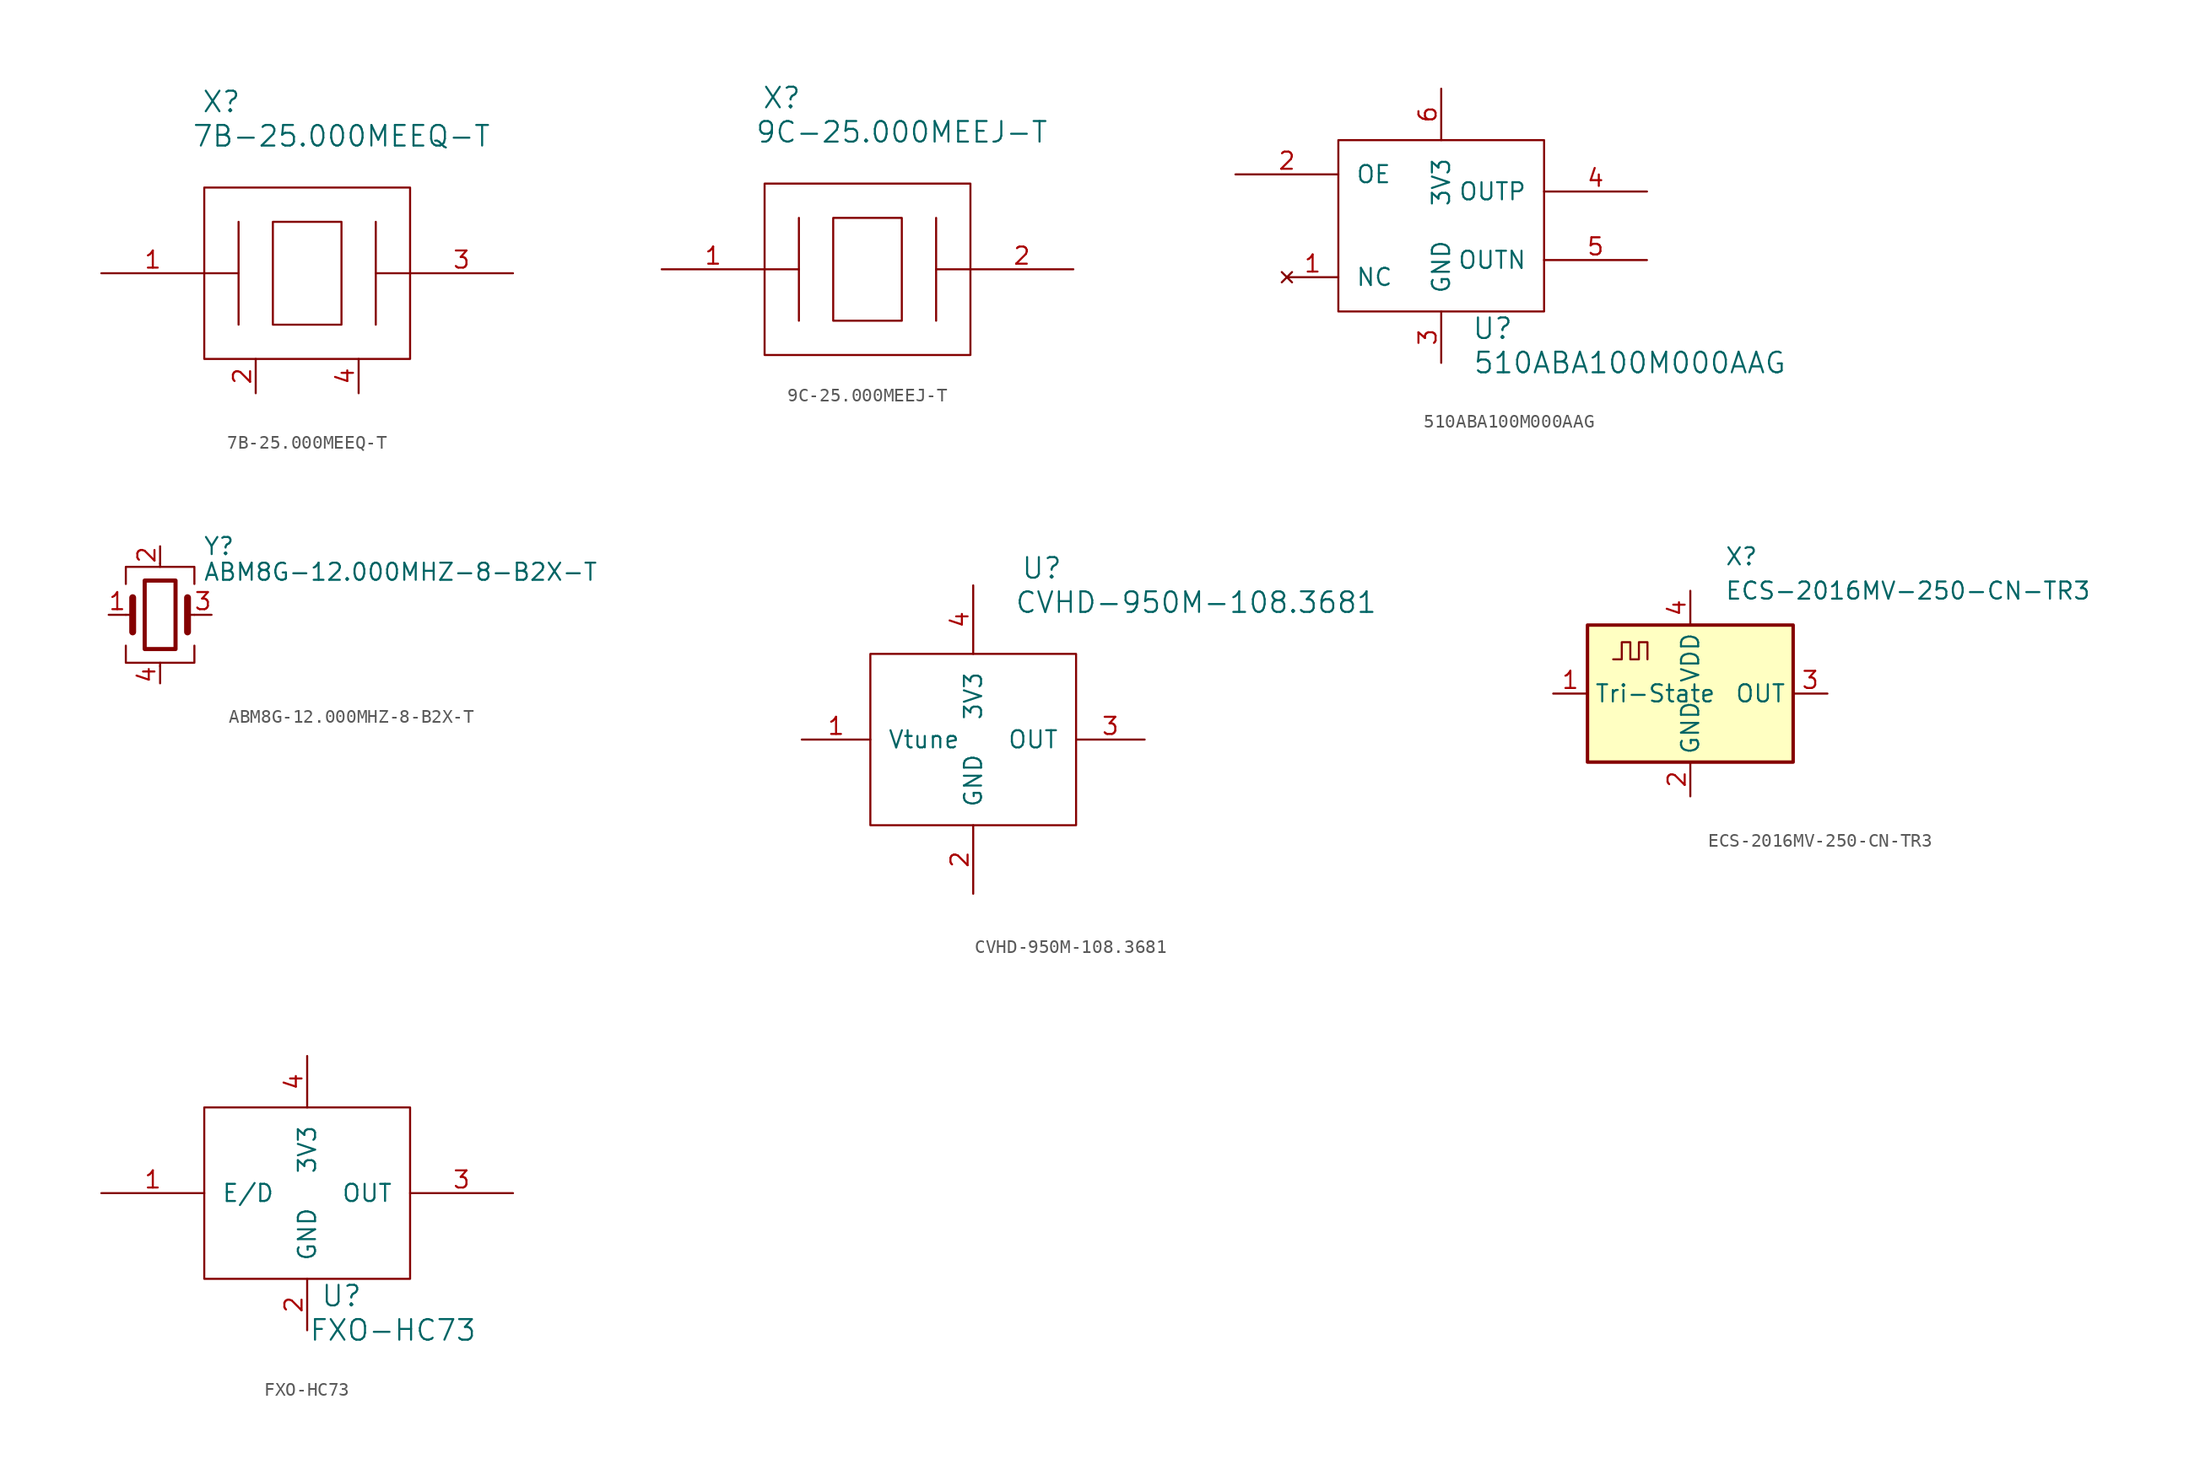
<source format=kicad_sym>
(kicad_symbol_lib
  (version 20231120)
  (generator "kicad_symbol_editor")
  (generator_version "7.99")
  (symbol "7B-25.000MEEQ-T"
    (pin_names
      (offset 1.27) hide)
    (property "Reference" "X"
      (at 8.89 12.7 0)
      (effects (font (size 1.524 1.524))))
    (property "Value" "7B-25.000MEEQ-T"
      (at 17.78 10.16 0)
      (effects (font (size 1.524 1.524))))
    (property "Datasheet" ""
      (at 0 0 0)
      (effects (font (size 1.524 1.524))))
    (symbol "7B-25.000MEEQ-T_0_1"
      (polyline (pts (xy 10.16 0) (xy 7.62 0)) (stroke (width 0) (type default)) (fill (type none)))
      (polyline (pts (xy 10.16 3.81) (xy 10.16 -3.81)) (stroke (width 0) (type default)) (fill (type none)))
      (polyline (pts (xy 20.32 3.81) (xy 20.32 -3.81)) (stroke (width 0) (type default)) (fill (type none)))
      (polyline (pts (xy 22.86 0) (xy 20.32 0)) (stroke (width 0) (type default)) (fill (type none)))
      (rectangle (start 7.62 6.35) (end 22.86 -6.35) (stroke (width 0) (type default)) (fill (type none)))
      (rectangle (start 12.7 3.81) (end 17.78 -3.81) (stroke (width 0) (type default)) (fill (type none))))
    (symbol "7B-25.000MEEQ-T_1_1"
      (pin passive line (at 0 0 0) (length 7.62) (name "XI" (effects (font (size 1.27 1.27)))) (number "1" (effects (font (size 1.27 1.27)))))
      (pin power_in line (at 11.43 -8.89 90) (length 2.54) (name "GND" (effects (font (size 1.27 1.27)))) (number "2" (effects (font (size 1.27 1.27)))))
      (pin passive line (at 30.48 0 180) (length 7.62) (name "XO" (effects (font (size 1.27 1.27)))) (number "3" (effects (font (size 1.27 1.27)))))
      (pin power_in line (at 19.05 -8.89 90) (length 2.54) (name "GND" (effects (font (size 1.27 1.27)))) (number "4" (effects (font (size 1.27 1.27)))))))
  (symbol "9C-25.000MEEJ-T"
    (pin_names
      (offset 1.27) hide)
    (property "Reference" "X"
      (at 8.89 12.7 0)
      (effects (font (size 1.524 1.524))))
    (property "Value" "9C-25.000MEEJ-T"
      (at 17.78 10.16 0)
      (effects (font (size 1.524 1.524))))
    (property "Datasheet" ""
      (at 0 0 0)
      (effects (font (size 1.524 1.524))))
    (symbol "9C-25.000MEEJ-T_0_1"
      (polyline (pts (xy 10.16 0) (xy 7.62 0)) (stroke (width 0) (type default)) (fill (type none)))
      (polyline (pts (xy 10.16 3.81) (xy 10.16 -3.81)) (stroke (width 0) (type default)) (fill (type none)))
      (polyline (pts (xy 20.32 3.81) (xy 20.32 -3.81)) (stroke (width 0) (type default)) (fill (type none)))
      (polyline (pts (xy 22.86 0) (xy 20.32 0)) (stroke (width 0) (type default)) (fill (type none)))
      (rectangle (start 7.62 6.35) (end 22.86 -6.35) (stroke (width 0) (type default)) (fill (type none)))
      (rectangle (start 12.7 3.81) (end 17.78 -3.81) (stroke (width 0) (type default)) (fill (type none))))
    (symbol "9C-25.000MEEJ-T_1_1"
      (pin passive line (at 0 0 0) (length 7.62) (name "XI" (effects (font (size 1.27 1.27)))) (number "1" (effects (font (size 1.27 1.27)))))
      (pin passive line (at 30.48 0 180) (length 7.62) (name "XO" (effects (font (size 1.27 1.27)))) (number "2" (effects (font (size 1.27 1.27)))))))
  (symbol "510ABA100M000AAG"
    (pin_names
      (offset 1.27))
    (property "Reference" "U"
      (at 19.05 -11.43 0)
      (effects (font (size 1.524 1.524))))
    (property "Value" "510ABA100M000AAG"
      (at 29.21 -13.97 0)
      (effects (font (size 1.524 1.524))))
    (property "Datasheet" ""
      (at 0 -3.81 0)
      (effects (font (size 1.524 1.524))))
    (symbol "510ABA100M000AAG_0_1"
      (rectangle (start 7.62 2.54) (end 22.86 -10.16) (stroke (width 0) (type default)) (fill (type none))))
    (symbol "510ABA100M000AAG_1_1"
      (pin no_connect line (at 3.81 -7.62 0) (length 3.81) (name "NC" (effects (font (size 1.27 1.27)))) (number "1" (effects (font (size 1.27 1.27)))))
      (pin input line (at 0 0 0) (length 7.62) (name "OE" (effects (font (size 1.27 1.27)))) (number "2" (effects (font (size 1.27 1.27)))))
      (pin power_out line (at 15.24 -13.97 90) (length 3.81) (name "GND" (effects (font (size 1.27 1.27)))) (number "3" (effects (font (size 1.27 1.27)))))
      (pin output line (at 30.48 -1.27 180) (length 7.62) (name "OUTP" (effects (font (size 1.27 1.27)))) (number "4" (effects (font (size 1.27 1.27)))))
      (pin output line (at 30.48 -6.35 180) (length 7.62) (name "OUTN" (effects (font (size 1.27 1.27)))) (number "5" (effects (font (size 1.27 1.27)))))
      (pin power_in line (at 15.24 6.35 270) (length 3.81) (name "3V3" (effects (font (size 1.27 1.27)))) (number "6" (effects (font (size 1.27 1.27)))))))
  (symbol "ABM8G-12.000MHZ-8-B2X-T"
    (pin_names
      (offset 1.016) hide)
    (property "Reference" "Y"
      (at 3.175 5.08 0)
      (effects (font (size 1.27 1.27)) (justify left)))
    (property "Value" "ABM8G-12.000MHZ-8-B2X-T"
      (at 3.175 3.175 0)
      (effects (font (size 1.27 1.27)) (justify left)))
    (symbol "ABM8G-12.000MHZ-8-B2X-T_0_1"
      (rectangle (start -1.143 2.54) (end 1.143 -2.54) (stroke (width 0.305) (type default)) (fill (type none)))
      (polyline (pts (xy -2.54 0) (xy -2.032 0)) (stroke (width 0) (type default)) (fill (type none)))
      (polyline (pts (xy -2.032 -1.27) (xy -2.032 1.27)) (stroke (width 0.508) (type default)) (fill (type none)))
      (polyline (pts (xy 0 -3.81) (xy 0 -3.556)) (stroke (width 0) (type default)) (fill (type none)))
      (polyline (pts (xy 0 3.556) (xy 0 3.81)) (stroke (width 0) (type default)) (fill (type none)))
      (polyline (pts (xy 2.032 -1.27) (xy 2.032 1.27)) (stroke (width 0.508) (type default)) (fill (type none)))
      (polyline (pts (xy 2.032 0) (xy 2.54 0)) (stroke (width 0) (type default)) (fill (type none)))
      (polyline (pts (xy -2.54 -2.286) (xy -2.54 -3.556) (xy 2.54 -3.556) (xy 2.54 -2.286)) (stroke (width 0) (type default)) (fill (type none)))
      (polyline (pts (xy -2.54 2.286) (xy -2.54 3.556) (xy 2.54 3.556) (xy 2.54 2.286)) (stroke (width 0) (type default)) (fill (type none))))
    (symbol "ABM8G-12.000MHZ-8-B2X-T_1_1"
      (pin passive line (at -3.81 0 0) (length 1.27) (name "1" (effects (font (size 1.27 1.27)))) (number "1" (effects (font (size 1.27 1.27)))))
      (pin power_in line (at 0 5.08 270) (length 1.27) (name "GND" (effects (font (size 1.27 1.27)))) (number "2" (effects (font (size 1.27 1.27)))))
      (pin passive line (at 3.81 0 180) (length 1.27) (name "3" (effects (font (size 1.27 1.27)))) (number "3" (effects (font (size 1.27 1.27)))))
      (pin power_in line (at 0 -5.08 90) (length 1.27) (name "GND" (effects (font (size 1.27 1.27)))) (number "4" (effects (font (size 1.27 1.27)))))))
  (symbol "CVHD-950M-108.3681"
    (pin_names
      (offset 1.27))
    (property "Reference" "U"
      (at 17.78 12.7 0)
      (effects (font (size 1.524 1.524))))
    (property "Value" "CVHD-950M-108.3681"
      (at 29.21 10.16 0)
      (effects (font (size 1.524 1.524))))
    (property "Datasheet" ""
      (at -2.54 0 0)
      (effects (font (size 1.524 1.524))))
    (symbol "CVHD-950M-108.3681_0_1"
      (rectangle (start 5.08 6.35) (end 20.32 -6.35) (stroke (width 0) (type default)) (fill (type none))))
    (symbol "CVHD-950M-108.3681_1_1"
      (pin input line (at 0 0 0) (length 5.08) (name "Vtune" (effects (font (size 1.27 1.27)))) (number "1" (effects (font (size 1.27 1.27)))))
      (pin power_out line (at 12.7 -11.43 90) (length 5.08) (name "GND" (effects (font (size 1.27 1.27)))) (number "2" (effects (font (size 1.27 1.27)))))
      (pin output line (at 25.4 0 180) (length 5.08) (name "OUT" (effects (font (size 1.27 1.27)))) (number "3" (effects (font (size 1.27 1.27)))))
      (pin power_in line (at 12.7 11.43 270) (length 5.08) (name "3V3" (effects (font (size 1.27 1.27)))) (number "4" (effects (font (size 1.27 1.27)))))))
  (symbol "ECS-2016MV-250-CN-TR3"
    (property "Reference" "X"
      (at 2.54 10.16 0)
      (effects (font (size 1.27 1.27)) (justify left)))
    (property "Value" "ECS-2016MV-250-CN-TR3"
      (at 2.54 7.62 0)
      (effects (font (size 1.27 1.27)) (justify left)))
    (symbol "ECS-2016MV-250-CN-TR3_0_1"
      (rectangle (start -7.62 5.08) (end 7.62 -5.08) (stroke (width 0.254) (type default)) (fill (type background)))
      (polyline (pts (xy -5.715 2.54) (xy -5.08 2.54) (xy -5.08 3.81) (xy -4.445 3.81) (xy -4.445 2.54) (xy -3.81 2.54) (xy -3.81 3.81) (xy -3.175 3.81) (xy -3.175 2.54)) (stroke (width 0) (type default)) (fill (type none))))
    (symbol "ECS-2016MV-250-CN-TR3_1_1"
      (pin input line (at -10.16 0 0) (length 2.54) (name "Tri-State" (effects (font (size 1.27 1.27)))) (number "1" (effects (font (size 1.27 1.27)))))
      (pin power_in line (at 0 -7.62 90) (length 2.54) (name "GND" (effects (font (size 1.27 1.27)))) (number "2" (effects (font (size 1.27 1.27)))))
      (pin output line (at 10.16 0 180) (length 2.54) (name "OUT" (effects (font (size 1.27 1.27)))) (number "3" (effects (font (size 1.27 1.27)))))
      (pin power_in line (at 0 7.62 270) (length 2.54) (name "VDD" (effects (font (size 1.27 1.27)))) (number "4" (effects (font (size 1.27 1.27)))))))
  (symbol "FXO-HC73"
    (pin_names
      (offset 1.27))
    (property "Reference" "U"
      (at 17.78 -7.62 0)
      (effects (font (size 1.524 1.524))))
    (property "Value" "FXO-HC73"
      (at 21.59 -10.16 0)
      (effects (font (size 1.524 1.524))))
    (property "Datasheet" ""
      (at 0 0 0)
      (effects (font (size 1.524 1.524))))
    (symbol "FXO-HC73_0_1"
      (rectangle (start 7.62 6.35) (end 22.86 -6.35) (stroke (width 0) (type default)) (fill (type none))))
    (symbol "FXO-HC73_1_1"
      (pin input line (at 0 0 0) (length 7.62) (name "E/D" (effects (font (size 1.27 1.27)))) (number "1" (effects (font (size 1.27 1.27)))))
      (pin power_out line (at 15.24 -10.16 90) (length 3.81) (name "GND" (effects (font (size 1.27 1.27)))) (number "2" (effects (font (size 1.27 1.27)))))
      (pin output line (at 30.48 0 180) (length 7.62) (name "OUT" (effects (font (size 1.27 1.27)))) (number "3" (effects (font (size 1.27 1.27)))))
      (pin power_in line (at 15.24 10.16 270) (length 3.81) (name "3V3" (effects (font (size 1.27 1.27)))) (number "4" (effects (font (size 1.27 1.27))))))))
</source>
